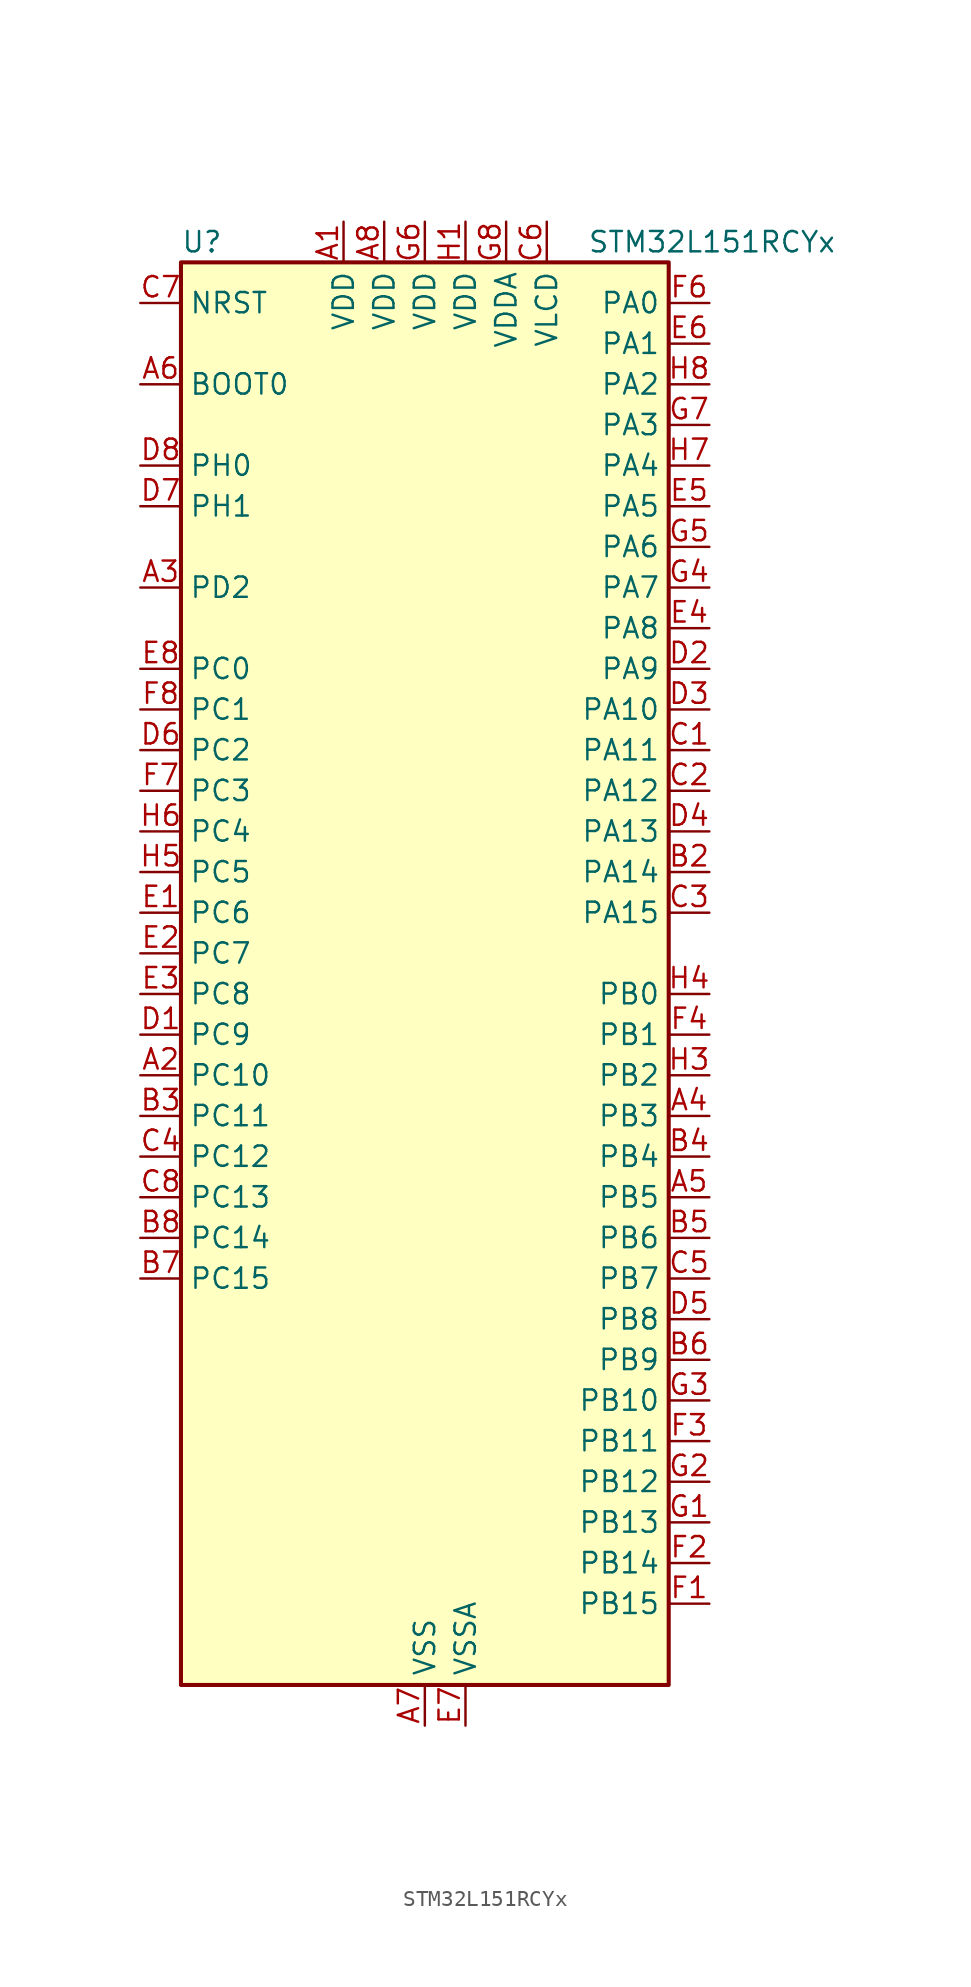
<source format=kicad_sym>
(kicad_symbol_lib
  (version 20231120)
  (generator "kicad_symbol_editor")
  (generator_version "8.0")
  (symbol "STM32L151RCYx"
    (property "Reference" "U"
      (at -15.24 46.99 0)
      (effects (font (size 1.27 1.27)) (justify left)))
    (property "Value" "STM32L151RCYx"
      (at 10.16 46.99 0)
      (effects (font (size 1.27 1.27)) (justify left)))
    (property "ki_locked" ""
      (at 0 0 0)
      (effects (font (size 1.27 1.27))))
    (symbol "STM32L151RCYx_0_1"
      (rectangle (start -15.24 -43.18) (end 15.24 45.72) (stroke (width 0.254) (type default)) (fill (type background))))
    (symbol "STM32L151RCYx_1_1"
      (pin power_in line (at -5.08 48.26 270) (length 2.54) (name "VDD" (effects (font (size 1.27 1.27)))) (number "A1" (effects (font (size 1.27 1.27)))))
      (pin bidirectional line (at -17.78 -5.08 0) (length 2.54) (name "PC10" (effects (font (size 1.27 1.27)))) (number "A2" (effects (font (size 1.27 1.27)))) (alternate "I2S3_CK" bidirectional line) (alternate "SPI3_SCK" bidirectional line) (alternate "TIMX_IC3" bidirectional line) (alternate "USART3_TX" bidirectional line))
      (pin bidirectional line (at -17.78 25.4 0) (length 2.54) (name "PD2" (effects (font (size 1.27 1.27)))) (number "A3" (effects (font (size 1.27 1.27)))) (alternate "TIM3_ETR" bidirectional line) (alternate "TIMX_IC3" bidirectional line))
      (pin bidirectional line (at 17.78 -7.62 180) (length 2.54) (name "PB3" (effects (font (size 1.27 1.27)))) (number "A4" (effects (font (size 1.27 1.27)))) (alternate "COMP2_INM" bidirectional line) (alternate "I2S3_CK" bidirectional line) (alternate "SPI1_SCK" bidirectional line) (alternate "SPI3_SCK" bidirectional line) (alternate "SYS_JTDO-TRACESWO" bidirectional line) (alternate "TIM2_CH2" bidirectional line))
      (pin bidirectional line (at 17.78 -12.7 180) (length 2.54) (name "PB5" (effects (font (size 1.27 1.27)))) (number "A5" (effects (font (size 1.27 1.27)))) (alternate "COMP2_INP" bidirectional line) (alternate "I2C1_SMBA" bidirectional line) (alternate "I2S3_SD" bidirectional line) (alternate "SPI1_MOSI" bidirectional line) (alternate "SPI3_MOSI" bidirectional line) (alternate "TIM3_CH2" bidirectional line) (alternate "TS_G6_IO2" bidirectional line))
      (pin input line (at -17.78 38.1 0) (length 2.54) (name "BOOT0" (effects (font (size 1.27 1.27)))) (number "A6" (effects (font (size 1.27 1.27)))))
      (pin power_in line (at 0 -45.72 90) (length 2.54) (name "VSS" (effects (font (size 1.27 1.27)))) (number "A7" (effects (font (size 1.27 1.27)))))
      (pin power_in line (at -2.54 48.26 270) (length 2.54) (name "VDD" (effects (font (size 1.27 1.27)))) (number "A8" (effects (font (size 1.27 1.27)))))
      (pin passive line (at 0 -45.72 90) (length 2.54) hide (name "VSS" (effects (font (size 1.27 1.27)))) (number "B1" (effects (font (size 1.27 1.27)))))
      (pin bidirectional line (at 17.78 7.62 180) (length 2.54) (name "PA14" (effects (font (size 1.27 1.27)))) (number "B2" (effects (font (size 1.27 1.27)))) (alternate "SYS_JTCK-SWCLK" bidirectional line) (alternate "TIMX_IC3" bidirectional line) (alternate "TS_G5_IO2" bidirectional line))
      (pin bidirectional line (at -17.78 -7.62 0) (length 2.54) (name "PC11" (effects (font (size 1.27 1.27)))) (number "B3" (effects (font (size 1.27 1.27)))) (alternate "ADC_EXTI11" bidirectional line) (alternate "SPI3_MISO" bidirectional line) (alternate "TIMX_IC4" bidirectional line) (alternate "USART3_RX" bidirectional line))
      (pin bidirectional line (at 17.78 -10.16 180) (length 2.54) (name "PB4" (effects (font (size 1.27 1.27)))) (number "B4" (effects (font (size 1.27 1.27)))) (alternate "COMP2_INP" bidirectional line) (alternate "SPI1_MISO" bidirectional line) (alternate "SPI3_MISO" bidirectional line) (alternate "SYS_JTRST" bidirectional line) (alternate "TIM3_CH1" bidirectional line) (alternate "TS_G6_IO1" bidirectional line))
      (pin bidirectional line (at 17.78 -15.24 180) (length 2.54) (name "PB6" (effects (font (size 1.27 1.27)))) (number "B5" (effects (font (size 1.27 1.27)))) (alternate "COMP2_INP" bidirectional line) (alternate "I2C1_SCL" bidirectional line) (alternate "TIM4_CH1" bidirectional line) (alternate "TS_G6_IO3" bidirectional line) (alternate "USART1_TX" bidirectional line))
      (pin bidirectional line (at 17.78 -22.86 180) (length 2.54) (name "PB9" (effects (font (size 1.27 1.27)))) (number "B6" (effects (font (size 1.27 1.27)))) (alternate "DAC_EXTI9" bidirectional line) (alternate "I2C1_SDA" bidirectional line) (alternate "TIM11_CH1" bidirectional line) (alternate "TIM4_CH4" bidirectional line))
      (pin bidirectional line (at -17.78 -17.78 0) (length 2.54) (name "PC15" (effects (font (size 1.27 1.27)))) (number "B7" (effects (font (size 1.27 1.27)))) (alternate "ADC_EXTI15" bidirectional line) (alternate "RCC_OSC32_OUT" bidirectional line) (alternate "TIMX_IC4" bidirectional line))
      (pin bidirectional line (at -17.78 -15.24 0) (length 2.54) (name "PC14" (effects (font (size 1.27 1.27)))) (number "B8" (effects (font (size 1.27 1.27)))) (alternate "RCC_OSC32_IN" bidirectional line) (alternate "TIMX_IC3" bidirectional line))
      (pin bidirectional line (at 17.78 15.24 180) (length 2.54) (name "PA11" (effects (font (size 1.27 1.27)))) (number "C1" (effects (font (size 1.27 1.27)))) (alternate "ADC_EXTI11" bidirectional line) (alternate "SPI1_MISO" bidirectional line) (alternate "TIMX_IC4" bidirectional line) (alternate "USART1_CTS" bidirectional line) (alternate "USB_DM" bidirectional line))
      (pin bidirectional line (at 17.78 12.7 180) (length 2.54) (name "PA12" (effects (font (size 1.27 1.27)))) (number "C2" (effects (font (size 1.27 1.27)))) (alternate "SPI1_MOSI" bidirectional line) (alternate "TIMX_IC1" bidirectional line) (alternate "USART1_RTS" bidirectional line) (alternate "USB_DP" bidirectional line))
      (pin bidirectional line (at 17.78 5.08 180) (length 2.54) (name "PA15" (effects (font (size 1.27 1.27)))) (number "C3" (effects (font (size 1.27 1.27)))) (alternate "ADC_EXTI15" bidirectional line) (alternate "I2S3_WS" bidirectional line) (alternate "SPI1_NSS" bidirectional line) (alternate "SPI3_NSS" bidirectional line) (alternate "SYS_JTDI" bidirectional line) (alternate "TIM2_CH1" bidirectional line) (alternate "TIM2_ETR" bidirectional line) (alternate "TIMX_IC4" bidirectional line) (alternate "TS_G5_IO3" bidirectional line))
      (pin bidirectional line (at -17.78 -10.16 0) (length 2.54) (name "PC12" (effects (font (size 1.27 1.27)))) (number "C4" (effects (font (size 1.27 1.27)))) (alternate "I2S3_SD" bidirectional line) (alternate "SPI3_MOSI" bidirectional line) (alternate "TIMX_IC1" bidirectional line) (alternate "USART3_CK" bidirectional line))
      (pin bidirectional line (at 17.78 -17.78 180) (length 2.54) (name "PB7" (effects (font (size 1.27 1.27)))) (number "C5" (effects (font (size 1.27 1.27)))) (alternate "COMP2_INP" bidirectional line) (alternate "I2C1_SDA" bidirectional line) (alternate "SYS_PVD_IN" bidirectional line) (alternate "TIM4_CH2" bidirectional line) (alternate "TS_G6_IO4" bidirectional line) (alternate "USART1_RX" bidirectional line))
      (pin power_in line (at 7.62 48.26 270) (length 2.54) (name "VLCD" (effects (font (size 1.27 1.27)))) (number "C6" (effects (font (size 1.27 1.27)))))
      (pin input line (at -17.78 43.18 0) (length 2.54) (name "NRST" (effects (font (size 1.27 1.27)))) (number "C7" (effects (font (size 1.27 1.27)))))
      (pin bidirectional line (at -17.78 -12.7 0) (length 2.54) (name "PC13" (effects (font (size 1.27 1.27)))) (number "C8" (effects (font (size 1.27 1.27)))) (alternate "RTC_OUT_ALARM" bidirectional line) (alternate "RTC_OUT_CALIB" bidirectional line) (alternate "RTC_TAMP1" bidirectional line) (alternate "RTC_TS" bidirectional line) (alternate "SYS_WKUP2" bidirectional line) (alternate "TIMX_IC2" bidirectional line))
      (pin bidirectional line (at -17.78 -2.54 0) (length 2.54) (name "PC9" (effects (font (size 1.27 1.27)))) (number "D1" (effects (font (size 1.27 1.27)))) (alternate "DAC_EXTI9" bidirectional line) (alternate "TIM3_CH4" bidirectional line) (alternate "TIMX_IC2" bidirectional line) (alternate "TS_G10_IO4" bidirectional line))
      (pin bidirectional line (at 17.78 20.32 180) (length 2.54) (name "PA9" (effects (font (size 1.27 1.27)))) (number "D2" (effects (font (size 1.27 1.27)))) (alternate "DAC_EXTI9" bidirectional line) (alternate "TIMX_IC2" bidirectional line) (alternate "TS_G4_IO2" bidirectional line) (alternate "USART1_TX" bidirectional line))
      (pin bidirectional line (at 17.78 17.78 180) (length 2.54) (name "PA10" (effects (font (size 1.27 1.27)))) (number "D3" (effects (font (size 1.27 1.27)))) (alternate "TIMX_IC3" bidirectional line) (alternate "TS_G4_IO3" bidirectional line) (alternate "USART1_RX" bidirectional line))
      (pin bidirectional line (at 17.78 10.16 180) (length 2.54) (name "PA13" (effects (font (size 1.27 1.27)))) (number "D4" (effects (font (size 1.27 1.27)))) (alternate "SYS_JTMS-SWDIO" bidirectional line) (alternate "TIMX_IC2" bidirectional line) (alternate "TS_G5_IO1" bidirectional line))
      (pin bidirectional line (at 17.78 -20.32 180) (length 2.54) (name "PB8" (effects (font (size 1.27 1.27)))) (number "D5" (effects (font (size 1.27 1.27)))) (alternate "I2C1_SCL" bidirectional line) (alternate "TIM10_CH1" bidirectional line) (alternate "TIM4_CH3" bidirectional line))
      (pin bidirectional line (at -17.78 15.24 0) (length 2.54) (name "PC2" (effects (font (size 1.27 1.27)))) (number "D6" (effects (font (size 1.27 1.27)))) (alternate "ADC_IN12" bidirectional line) (alternate "COMP1_INP" bidirectional line) (alternate "TIMX_IC3" bidirectional line) (alternate "TS_G8_IO3" bidirectional line))
      (pin bidirectional line (at -17.78 30.48 0) (length 2.54) (name "PH1" (effects (font (size 1.27 1.27)))) (number "D7" (effects (font (size 1.27 1.27)))) (alternate "RCC_OSC_OUT" bidirectional line))
      (pin bidirectional line (at -17.78 33.02 0) (length 2.54) (name "PH0" (effects (font (size 1.27 1.27)))) (number "D8" (effects (font (size 1.27 1.27)))) (alternate "RCC_OSC_IN" bidirectional line))
      (pin bidirectional line (at -17.78 5.08 0) (length 2.54) (name "PC6" (effects (font (size 1.27 1.27)))) (number "E1" (effects (font (size 1.27 1.27)))) (alternate "I2S2_MCK" bidirectional line) (alternate "TIM3_CH1" bidirectional line) (alternate "TIMX_IC3" bidirectional line) (alternate "TS_G10_IO1" bidirectional line))
      (pin bidirectional line (at -17.78 2.54 0) (length 2.54) (name "PC7" (effects (font (size 1.27 1.27)))) (number "E2" (effects (font (size 1.27 1.27)))) (alternate "I2S3_MCK" bidirectional line) (alternate "TIM3_CH2" bidirectional line) (alternate "TIMX_IC4" bidirectional line) (alternate "TS_G10_IO2" bidirectional line))
      (pin bidirectional line (at -17.78 0 0) (length 2.54) (name "PC8" (effects (font (size 1.27 1.27)))) (number "E3" (effects (font (size 1.27 1.27)))) (alternate "TIM3_CH3" bidirectional line) (alternate "TIMX_IC1" bidirectional line) (alternate "TS_G10_IO3" bidirectional line))
      (pin bidirectional line (at 17.78 22.86 180) (length 2.54) (name "PA8" (effects (font (size 1.27 1.27)))) (number "E4" (effects (font (size 1.27 1.27)))) (alternate "RCC_MCO" bidirectional line) (alternate "TIMX_IC1" bidirectional line) (alternate "TS_G4_IO1" bidirectional line) (alternate "USART1_CK" bidirectional line))
      (pin bidirectional line (at 17.78 30.48 180) (length 2.54) (name "PA5" (effects (font (size 1.27 1.27)))) (number "E5" (effects (font (size 1.27 1.27)))) (alternate "ADC_IN5" bidirectional line) (alternate "COMP1_INP" bidirectional line) (alternate "DAC_OUT2" bidirectional line) (alternate "SPI1_SCK" bidirectional line) (alternate "TIM2_CH1" bidirectional line) (alternate "TIM2_ETR" bidirectional line) (alternate "TIMX_IC2" bidirectional line))
      (pin bidirectional line (at 17.78 40.64 180) (length 2.54) (name "PA1" (effects (font (size 1.27 1.27)))) (number "E6" (effects (font (size 1.27 1.27)))) (alternate "ADC_IN1" bidirectional line) (alternate "COMP1_INP" bidirectional line) (alternate "OPAMP1_VINP" bidirectional line) (alternate "TIM2_CH2" bidirectional line) (alternate "TIM5_CH2" bidirectional line) (alternate "TIMX_IC2" bidirectional line) (alternate "TS_G1_IO2" bidirectional line) (alternate "USART2_RTS" bidirectional line))
      (pin power_in line (at 2.54 -45.72 90) (length 2.54) (name "VSSA" (effects (font (size 1.27 1.27)))) (number "E7" (effects (font (size 1.27 1.27)))))
      (pin bidirectional line (at -17.78 20.32 0) (length 2.54) (name "PC0" (effects (font (size 1.27 1.27)))) (number "E8" (effects (font (size 1.27 1.27)))) (alternate "ADC_IN10" bidirectional line) (alternate "COMP1_INP" bidirectional line) (alternate "TIMX_IC1" bidirectional line) (alternate "TS_G8_IO1" bidirectional line))
      (pin bidirectional line (at 17.78 -38.1 180) (length 2.54) (name "PB15" (effects (font (size 1.27 1.27)))) (number "F1" (effects (font (size 1.27 1.27)))) (alternate "ADC_EXTI15" bidirectional line) (alternate "ADC_IN21" bidirectional line) (alternate "COMP1_INP" bidirectional line) (alternate "I2S2_SD" bidirectional line) (alternate "RTC_REFIN" bidirectional line) (alternate "SPI2_MOSI" bidirectional line) (alternate "TIM11_CH1" bidirectional line) (alternate "TS_G7_IO4" bidirectional line))
      (pin bidirectional line (at 17.78 -35.56 180) (length 2.54) (name "PB14" (effects (font (size 1.27 1.27)))) (number "F2" (effects (font (size 1.27 1.27)))) (alternate "ADC_IN20" bidirectional line) (alternate "COMP1_INP" bidirectional line) (alternate "SPI2_MISO" bidirectional line) (alternate "TIM9_CH2" bidirectional line) (alternate "TS_G7_IO3" bidirectional line) (alternate "USART3_RTS" bidirectional line))
      (pin bidirectional line (at 17.78 -27.94 180) (length 2.54) (name "PB11" (effects (font (size 1.27 1.27)))) (number "F3" (effects (font (size 1.27 1.27)))) (alternate "ADC_EXTI11" bidirectional line) (alternate "I2C2_SDA" bidirectional line) (alternate "TIM2_CH4" bidirectional line) (alternate "USART3_RX" bidirectional line))
      (pin bidirectional line (at 17.78 -2.54 180) (length 2.54) (name "PB1" (effects (font (size 1.27 1.27)))) (number "F4" (effects (font (size 1.27 1.27)))) (alternate "ADC_IN9" bidirectional line) (alternate "COMP1_INP" bidirectional line) (alternate "SYS_V_REF_OUT" bidirectional line) (alternate "TIM3_CH4" bidirectional line) (alternate "TS_G3_IO2" bidirectional line))
      (pin passive line (at 0 -45.72 90) (length 2.54) hide (name "VSS" (effects (font (size 1.27 1.27)))) (number "F5" (effects (font (size 1.27 1.27)))))
      (pin bidirectional line (at 17.78 43.18 180) (length 2.54) (name "PA0" (effects (font (size 1.27 1.27)))) (number "F6" (effects (font (size 1.27 1.27)))) (alternate "ADC_IN0" bidirectional line) (alternate "COMP1_INP" bidirectional line) (alternate "RTC_TAMP2" bidirectional line) (alternate "SYS_WKUP1" bidirectional line) (alternate "TIM2_CH1" bidirectional line) (alternate "TIM2_ETR" bidirectional line) (alternate "TIM5_CH1" bidirectional line) (alternate "TIMX_IC1" bidirectional line) (alternate "TS_G1_IO1" bidirectional line) (alternate "USART2_CTS" bidirectional line))
      (pin bidirectional line (at -17.78 12.7 0) (length 2.54) (name "PC3" (effects (font (size 1.27 1.27)))) (number "F7" (effects (font (size 1.27 1.27)))) (alternate "ADC_IN13" bidirectional line) (alternate "COMP1_INP" bidirectional line) (alternate "TIMX_IC4" bidirectional line) (alternate "TS_G8_IO4" bidirectional line))
      (pin bidirectional line (at -17.78 17.78 0) (length 2.54) (name "PC1" (effects (font (size 1.27 1.27)))) (number "F8" (effects (font (size 1.27 1.27)))) (alternate "ADC_IN11" bidirectional line) (alternate "COMP1_INP" bidirectional line) (alternate "TIMX_IC2" bidirectional line) (alternate "TS_G8_IO2" bidirectional line))
      (pin bidirectional line (at 17.78 -33.02 180) (length 2.54) (name "PB13" (effects (font (size 1.27 1.27)))) (number "G1" (effects (font (size 1.27 1.27)))) (alternate "ADC_IN19" bidirectional line) (alternate "COMP1_INP" bidirectional line) (alternate "I2S2_CK" bidirectional line) (alternate "SPI2_SCK" bidirectional line) (alternate "TIM9_CH1" bidirectional line) (alternate "TS_G7_IO2" bidirectional line) (alternate "USART3_CTS" bidirectional line))
      (pin bidirectional line (at 17.78 -30.48 180) (length 2.54) (name "PB12" (effects (font (size 1.27 1.27)))) (number "G2" (effects (font (size 1.27 1.27)))) (alternate "ADC_IN18" bidirectional line) (alternate "COMP1_INP" bidirectional line) (alternate "I2C2_SMBA" bidirectional line) (alternate "I2S2_WS" bidirectional line) (alternate "SPI2_NSS" bidirectional line) (alternate "TIM10_CH1" bidirectional line) (alternate "TS_G7_IO1" bidirectional line) (alternate "USART3_CK" bidirectional line))
      (pin bidirectional line (at 17.78 -25.4 180) (length 2.54) (name "PB10" (effects (font (size 1.27 1.27)))) (number "G3" (effects (font (size 1.27 1.27)))) (alternate "I2C2_SCL" bidirectional line) (alternate "TIM2_CH3" bidirectional line) (alternate "USART3_TX" bidirectional line))
      (pin bidirectional line (at 17.78 25.4 180) (length 2.54) (name "PA7" (effects (font (size 1.27 1.27)))) (number "G4" (effects (font (size 1.27 1.27)))) (alternate "ADC_IN7" bidirectional line) (alternate "COMP1_INP" bidirectional line) (alternate "OPAMP2_VINM" bidirectional line) (alternate "SPI1_MOSI" bidirectional line) (alternate "TIM11_CH1" bidirectional line) (alternate "TIM3_CH2" bidirectional line) (alternate "TIMX_IC4" bidirectional line) (alternate "TS_G2_IO2" bidirectional line))
      (pin bidirectional line (at 17.78 27.94 180) (length 2.54) (name "PA6" (effects (font (size 1.27 1.27)))) (number "G5" (effects (font (size 1.27 1.27)))) (alternate "ADC_IN6" bidirectional line) (alternate "COMP1_INP" bidirectional line) (alternate "OPAMP2_VINP" bidirectional line) (alternate "SPI1_MISO" bidirectional line) (alternate "TIM10_CH1" bidirectional line) (alternate "TIM3_CH1" bidirectional line) (alternate "TIMX_IC3" bidirectional line) (alternate "TS_G2_IO1" bidirectional line))
      (pin power_in line (at 0 48.26 270) (length 2.54) (name "VDD" (effects (font (size 1.27 1.27)))) (number "G6" (effects (font (size 1.27 1.27)))))
      (pin bidirectional line (at 17.78 35.56 180) (length 2.54) (name "PA3" (effects (font (size 1.27 1.27)))) (number "G7" (effects (font (size 1.27 1.27)))) (alternate "ADC_IN3" bidirectional line) (alternate "COMP1_INP" bidirectional line) (alternate "OPAMP1_VOUT" bidirectional line) (alternate "TIM2_CH4" bidirectional line) (alternate "TIM5_CH4" bidirectional line) (alternate "TIM9_CH2" bidirectional line) (alternate "TIMX_IC4" bidirectional line) (alternate "TS_G1_IO4" bidirectional line) (alternate "USART2_RX" bidirectional line))
      (pin power_in line (at 5.08 48.26 270) (length 2.54) (name "VDDA" (effects (font (size 1.27 1.27)))) (number "G8" (effects (font (size 1.27 1.27)))))
      (pin power_in line (at 2.54 48.26 270) (length 2.54) (name "VDD" (effects (font (size 1.27 1.27)))) (number "H1" (effects (font (size 1.27 1.27)))))
      (pin passive line (at 0 -45.72 90) (length 2.54) hide (name "VSS" (effects (font (size 1.27 1.27)))) (number "H2" (effects (font (size 1.27 1.27)))))
      (pin bidirectional line (at 17.78 -5.08 180) (length 2.54) (name "PB2" (effects (font (size 1.27 1.27)))) (number "H3" (effects (font (size 1.27 1.27)))) (alternate "TS_G3_IO3" bidirectional line))
      (pin bidirectional line (at 17.78 0 180) (length 2.54) (name "PB0" (effects (font (size 1.27 1.27)))) (number "H4" (effects (font (size 1.27 1.27)))) (alternate "ADC_IN8" bidirectional line) (alternate "COMP1_INP" bidirectional line) (alternate "OPAMP2_VOUT" bidirectional line) (alternate "SYS_V_REF_OUT" bidirectional line) (alternate "TIM3_CH3" bidirectional line) (alternate "TS_G3_IO1" bidirectional line))
      (pin bidirectional line (at -17.78 7.62 0) (length 2.54) (name "PC5" (effects (font (size 1.27 1.27)))) (number "H5" (effects (font (size 1.27 1.27)))) (alternate "ADC_IN15" bidirectional line) (alternate "COMP1_INP" bidirectional line) (alternate "TIMX_IC2" bidirectional line) (alternate "TS_G9_IO2" bidirectional line))
      (pin bidirectional line (at -17.78 10.16 0) (length 2.54) (name "PC4" (effects (font (size 1.27 1.27)))) (number "H6" (effects (font (size 1.27 1.27)))) (alternate "ADC_IN14" bidirectional line) (alternate "COMP1_INP" bidirectional line) (alternate "TIMX_IC1" bidirectional line) (alternate "TS_G9_IO1" bidirectional line))
      (pin bidirectional line (at 17.78 33.02 180) (length 2.54) (name "PA4" (effects (font (size 1.27 1.27)))) (number "H7" (effects (font (size 1.27 1.27)))) (alternate "ADC_IN4" bidirectional line) (alternate "COMP1_INP" bidirectional line) (alternate "DAC_OUT1" bidirectional line) (alternate "I2S3_WS" bidirectional line) (alternate "SPI1_NSS" bidirectional line) (alternate "SPI3_NSS" bidirectional line) (alternate "TIMX_IC1" bidirectional line) (alternate "USART2_CK" bidirectional line))
      (pin bidirectional line (at 17.78 38.1 180) (length 2.54) (name "PA2" (effects (font (size 1.27 1.27)))) (number "H8" (effects (font (size 1.27 1.27)))) (alternate "ADC_IN2" bidirectional line) (alternate "COMP1_INP" bidirectional line) (alternate "OPAMP1_VINM" bidirectional line) (alternate "TIM2_CH3" bidirectional line) (alternate "TIM5_CH3" bidirectional line) (alternate "TIM9_CH1" bidirectional line) (alternate "TIMX_IC3" bidirectional line) (alternate "TS_G1_IO3" bidirectional line) (alternate "USART2_TX" bidirectional line)))))
</source>
